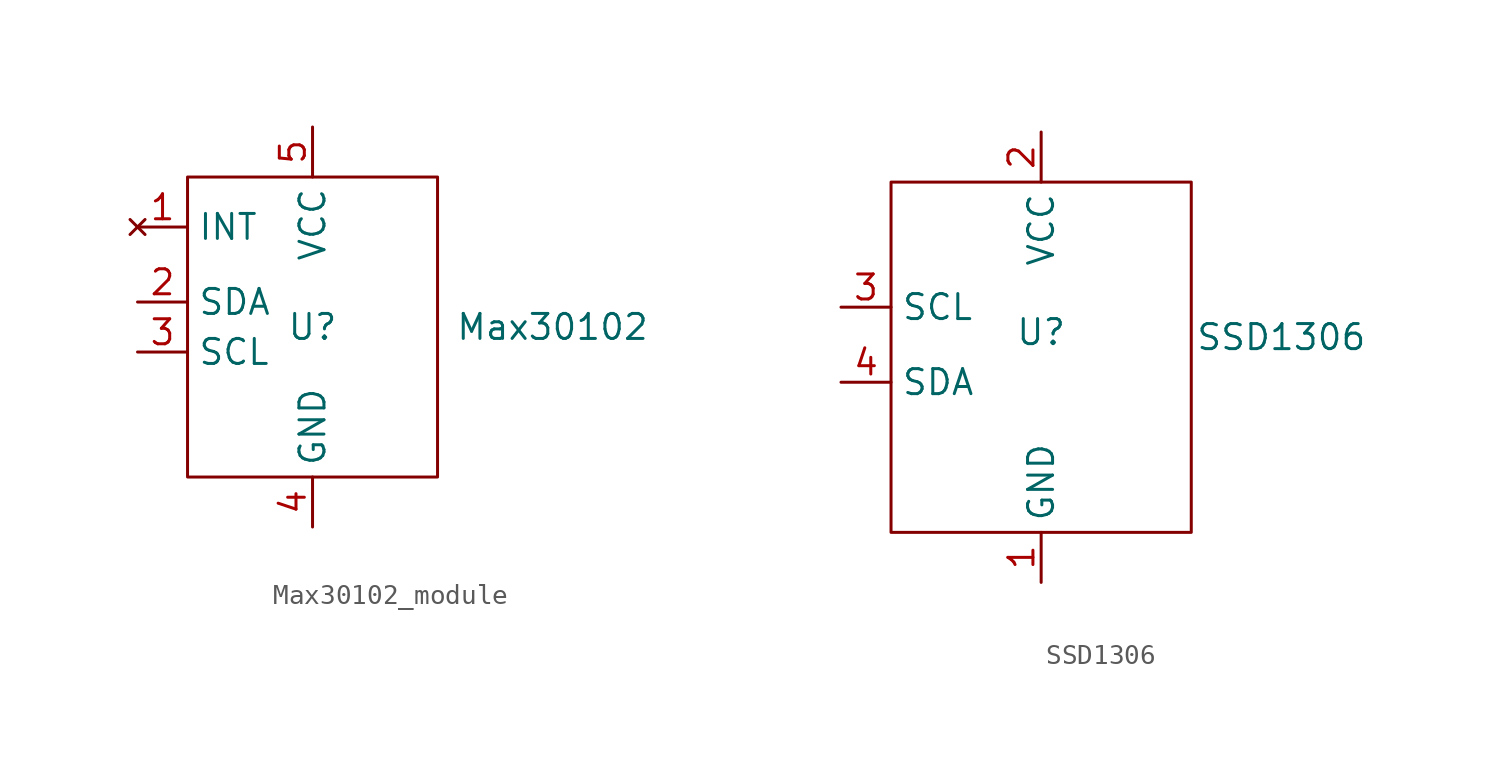
<source format=kicad_sym>
(kicad_symbol_lib
  (version 20241209)
  (generator "kicad_symbol_editor")
  (generator_version "9.0")
  (symbol "Max30102_module"
    (property "Reference" "U"
      (at 0 0 0)
      (effects (font (size 1.27 1.27))))
    (property "Value" "Max30102"
      (at 12.192 0 0)
      (effects (font (size 1.27 1.27))))
    (symbol "Max30102_module_0_1"
      (rectangle (start -6.35 7.62) (end 6.35 -7.62) (stroke (width 0) (type default)) (fill (type none))))
    (symbol "Max30102_module_1_1"
      (pin no_connect line (at -8.89 5.08 0) (length 2.54) (name "INT" (effects (font (size 1.27 1.27)))) (number "1" (effects (font (size 1.27 1.27)))))
      (pin bidirectional line (at -8.89 1.27 0) (length 2.54) (name "SDA" (effects (font (size 1.27 1.27)))) (number "2" (effects (font (size 1.27 1.27)))))
      (pin input line (at -8.89 -1.27 0) (length 2.54) (name "SCL" (effects (font (size 1.27 1.27)))) (number "3" (effects (font (size 1.27 1.27)))))
      (pin power_in line (at 0 10.16 270) (length 2.54) (name "VCC" (effects (font (size 1.27 1.27)))) (number "5" (effects (font (size 1.27 1.27)))))
      (pin power_in line (at 0 -10.16 90) (length 2.54) (name "GND" (effects (font (size 1.27 1.27)))) (number "4" (effects (font (size 1.27 1.27)))))))
  (symbol "SSD1306"
    (property "Reference" "U"
      (at 0 0 0)
      (effects (font (size 1.27 1.27))))
    (property "Value" "SSD1306"
      (at 12.192 -0.254 0)
      (effects (font (size 1.27 1.27))))
    (symbol "SSD1306_0_1"
      (rectangle (start -7.62 7.62) (end 7.62 -10.16) (stroke (width 0) (type default)) (fill (type none))))
    (symbol "SSD1306_1_1"
      (pin input line (at -10.16 1.27 0) (length 2.54) (name "SCL" (effects (font (size 1.27 1.27)))) (number "3" (effects (font (size 1.27 1.27)))))
      (pin bidirectional line (at -10.16 -2.54 0) (length 2.54) (name "SDA" (effects (font (size 1.27 1.27)))) (number "4" (effects (font (size 1.27 1.27)))))
      (pin power_in line (at 0 10.16 270) (length 2.54) (name "VCC" (effects (font (size 1.27 1.27)))) (number "2" (effects (font (size 1.27 1.27)))))
      (pin power_in line (at 0 -12.7 90) (length 2.54) (name "GND" (effects (font (size 1.27 1.27)))) (number "1" (effects (font (size 1.27 1.27))))))))
</source>
